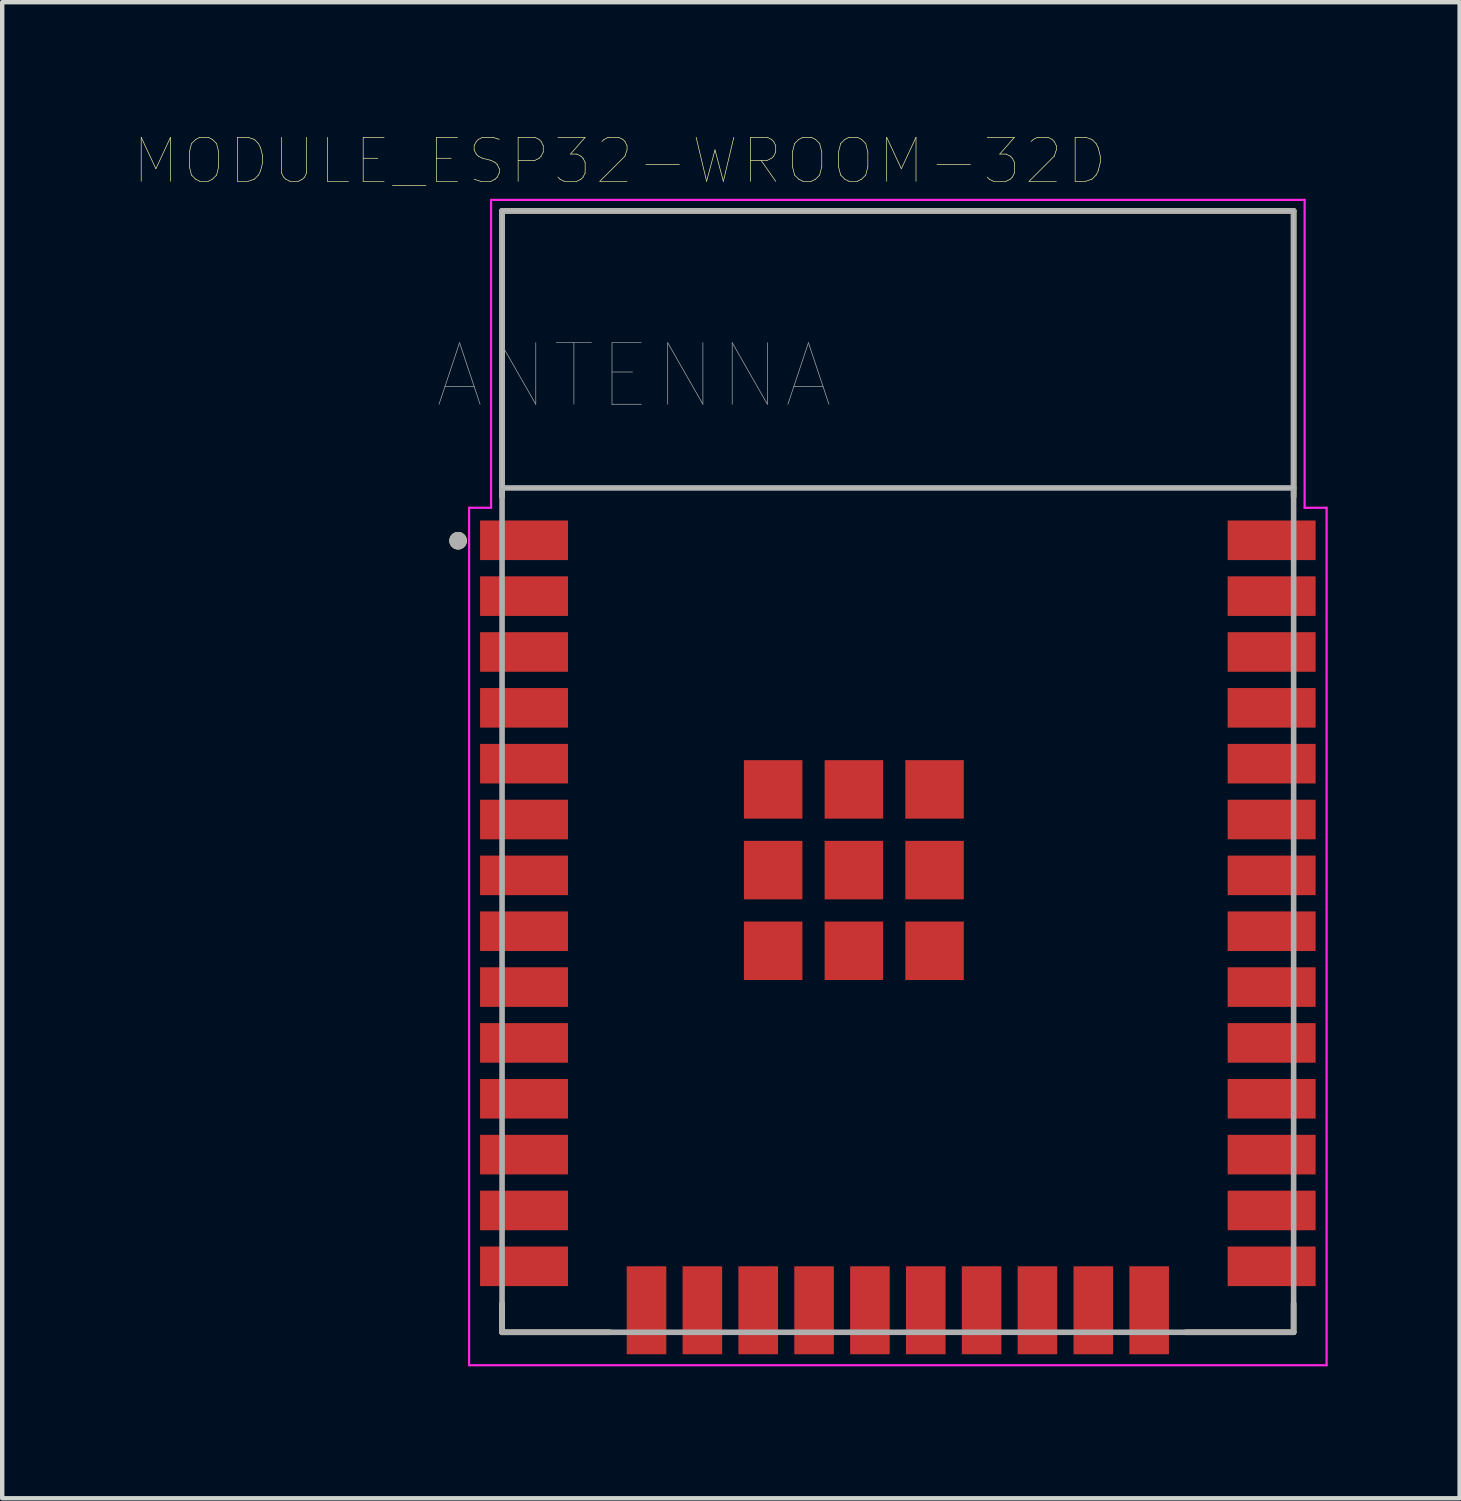
<source format=kicad_pcb>
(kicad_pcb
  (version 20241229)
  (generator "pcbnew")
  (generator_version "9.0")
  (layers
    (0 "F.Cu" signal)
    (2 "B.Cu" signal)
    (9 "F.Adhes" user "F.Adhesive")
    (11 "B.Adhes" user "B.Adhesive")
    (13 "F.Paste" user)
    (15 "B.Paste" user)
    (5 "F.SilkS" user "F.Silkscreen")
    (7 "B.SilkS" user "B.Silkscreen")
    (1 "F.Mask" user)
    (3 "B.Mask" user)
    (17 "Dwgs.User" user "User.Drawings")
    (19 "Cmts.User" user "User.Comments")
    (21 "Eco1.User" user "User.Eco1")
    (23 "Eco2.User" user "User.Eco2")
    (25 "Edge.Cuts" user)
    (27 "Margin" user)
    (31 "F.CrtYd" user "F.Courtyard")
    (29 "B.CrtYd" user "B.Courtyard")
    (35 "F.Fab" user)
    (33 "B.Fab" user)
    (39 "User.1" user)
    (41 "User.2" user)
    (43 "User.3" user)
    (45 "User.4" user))
  (footprint "MODULE_ESP32-WROOM-32D"
    (layer "F.Cu")
    (at 17.367 14.496)
    (property "Reference" "MODULE_ESP32-WROOM-32D" (at -6.325 -13.885 0) (layer "F.SilkS") (effects (font (size 1 1) (thickness 0.015))))
    (attr through_hole)
    (fp_line (start -9 -12.75) (end 9 -12.75) (stroke (width 0.127) (type solid)) (layer "F.SilkS"))
    (fp_line (start -9 -6.25) (end -9 -12.75) (stroke (width 0.127) (type solid)) (layer "F.SilkS"))
    (fp_line (start -9 12.1) (end -9 12.75) (stroke (width 0.127) (type solid)) (layer "F.SilkS"))
    (fp_line (start -9 12.75) (end -6.55 12.75) (stroke (width 0.127) (type solid)) (layer "F.SilkS"))
    (fp_line (start 6.55 12.75) (end 9 12.75) (stroke (width 0.127) (type solid)) (layer "F.SilkS"))
    (fp_line (start 9 -12.75) (end 9 -6.25) (stroke (width 0.127) (type solid)) (layer "F.SilkS"))
    (fp_line (start 9 12.75) (end 9 12.1) (stroke (width 0.127) (type solid)) (layer "F.SilkS"))
    (fp_circle (center -10 -5.25) (end -9.9 -5.25) (stroke (width 0.2) (type solid)) (fill no) (layer "F.SilkS"))
    (fp_poly (pts (xy -9 -12.75) (xy 9 -12.75) (xy 9 -6.45) (xy -9 -6.45)) (stroke (width 0.01) (type solid)) (fill no) (layer "Dwgs.User"))
    (fp_poly (pts (xy -9 -12.75) (xy 9 -12.75) (xy 9 -6.45) (xy -9 -6.45)) (stroke (width 0.01) (type solid)) (fill no) (layer "Dwgs.User"))
    (fp_line (start -9.75 -6) (end -9.25 -6) (stroke (width 0.05) (type solid)) (layer "F.CrtYd"))
    (fp_line (start -9.75 13.5) (end -9.75 -6) (stroke (width 0.05) (type solid)) (layer "F.CrtYd"))
    (fp_line (start -9.25 -13) (end 9.25 -13) (stroke (width 0.05) (type solid)) (layer "F.CrtYd"))
    (fp_line (start -9.25 -6) (end -9.25 -13) (stroke (width 0.05) (type solid)) (layer "F.CrtYd"))
    (fp_line (start 9.25 -13) (end 9.25 -6) (stroke (width 0.05) (type solid)) (layer "F.CrtYd"))
    (fp_line (start 9.25 -6) (end 9.75 -6) (stroke (width 0.05) (type solid)) (layer "F.CrtYd"))
    (fp_line (start 9.75 -6) (end 9.75 13.5) (stroke (width 0.05) (type solid)) (layer "F.CrtYd"))
    (fp_line (start 9.75 13.5) (end -9.75 13.5) (stroke (width 0.05) (type solid)) (layer "F.CrtYd"))
    (fp_line (start -9 -12.75) (end -9 -6.45) (stroke (width 0.127) (type solid)) (layer "F.Fab"))
    (fp_line (start -9 -12.75) (end 9 -12.75) (stroke (width 0.127) (type solid)) (layer "F.Fab"))
    (fp_line (start -9 -6.45) (end 9 -6.45) (stroke (width 0.127) (type solid)) (layer "F.Fab"))
    (fp_line (start -9 12.75) (end -9 -6.45) (stroke (width 0.127) (type solid)) (layer "F.Fab"))
    (fp_line (start 9 -12.75) (end 9 -6.45) (stroke (width 0.127) (type solid)) (layer "F.Fab"))
    (fp_line (start 9 -6.45) (end 9 12.75) (stroke (width 0.127) (type solid)) (layer "F.Fab"))
    (fp_line (start 9 12.75) (end -9 12.75) (stroke (width 0.127) (type solid)) (layer "F.Fab"))
    (fp_circle (center -10 -5.25) (end -9.9 -5.25) (stroke (width 0.2) (type solid)) (fill no) (layer "F.Fab"))
    (fp_text user "ANTENNA" (at -6 -9 0) (layer "F.Fab") (effects (font (size 1.4 1.4) (thickness 0.015))))
    (pad "1" smd rect (at -8.5 -5.26) (size 2 0.9) (layers "F.Cu" "F.Mask" "F.Paste"))
    (pad "2" smd rect (at -8.5 -3.99) (size 2 0.9) (layers "F.Cu" "F.Mask" "F.Paste"))
    (pad "3" smd rect (at -8.5 -2.72) (size 2 0.9) (layers "F.Cu" "F.Mask" "F.Paste"))
    (pad "4" smd rect (at -8.5 -1.45) (size 2 0.9) (layers "F.Cu" "F.Mask" "F.Paste"))
    (pad "5" smd rect (at -8.5 -0.18) (size 2 0.9) (layers "F.Cu" "F.Mask" "F.Paste"))
    (pad "6" smd rect (at -8.5 1.09) (size 2 0.9) (layers "F.Cu" "F.Mask" "F.Paste"))
    (pad "7" smd rect (at -8.5 2.36) (size 2 0.9) (layers "F.Cu" "F.Mask" "F.Paste"))
    (pad "8" smd rect (at -8.5 3.63) (size 2 0.9) (layers "F.Cu" "F.Mask" "F.Paste"))
    (pad "9" smd rect (at -8.5 4.9) (size 2 0.9) (layers "F.Cu" "F.Mask" "F.Paste"))
    (pad "10" smd rect (at -8.5 6.17) (size 2 0.9) (layers "F.Cu" "F.Mask" "F.Paste"))
    (pad "11" smd rect (at -8.5 7.44) (size 2 0.9) (layers "F.Cu" "F.Mask" "F.Paste"))
    (pad "12" smd rect (at -8.5 8.71) (size 2 0.9) (layers "F.Cu" "F.Mask" "F.Paste"))
    (pad "13" smd rect (at -8.5 9.98) (size 2 0.9) (layers "F.Cu" "F.Mask" "F.Paste"))
    (pad "14" smd rect (at -8.5 11.25) (size 2 0.9) (layers "F.Cu" "F.Mask" "F.Paste"))
    (pad "15" smd rect (at -5.715 12.25) (size 0.9 2) (layers "F.Cu" "F.Mask" "F.Paste"))
    (pad "16" smd rect (at -4.445 12.25) (size 0.9 2) (layers "F.Cu" "F.Mask" "F.Paste"))
    (pad "17" smd rect (at -3.175 12.25) (size 0.9 2) (layers "F.Cu" "F.Mask" "F.Paste"))
    (pad "18" smd rect (at -1.905 12.25) (size 0.9 2) (layers "F.Cu" "F.Mask" "F.Paste"))
    (pad "19" smd rect (at -0.635 12.25) (size 0.9 2) (layers "F.Cu" "F.Mask" "F.Paste"))
    (pad "20" smd rect (at 0.635 12.25) (size 0.9 2) (layers "F.Cu" "F.Mask" "F.Paste"))
    (pad "21" smd rect (at 1.905 12.25) (size 0.9 2) (layers "F.Cu" "F.Mask" "F.Paste"))
    (pad "22" smd rect (at 3.175 12.25) (size 0.9 2) (layers "F.Cu" "F.Mask" "F.Paste"))
    (pad "23" smd rect (at 4.445 12.25) (size 0.9 2) (layers "F.Cu" "F.Mask" "F.Paste"))
    (pad "24" smd rect (at 5.715 12.25) (size 0.9 2) (layers "F.Cu" "F.Mask" "F.Paste"))
    (pad "25" smd rect (at 8.5 11.25) (size 2 0.9) (layers "F.Cu" "F.Mask" "F.Paste"))
    (pad "26" smd rect (at 8.5 9.98) (size 2 0.9) (layers "F.Cu" "F.Mask" "F.Paste"))
    (pad "27" smd rect (at 8.5 8.71) (size 2 0.9) (layers "F.Cu" "F.Mask" "F.Paste"))
    (pad "28" smd rect (at 8.5 7.44) (size 2 0.9) (layers "F.Cu" "F.Mask" "F.Paste"))
    (pad "29" smd rect (at 8.5 6.17) (size 2 0.9) (layers "F.Cu" "F.Mask" "F.Paste"))
    (pad "30" smd rect (at 8.5 4.9) (size 2 0.9) (layers "F.Cu" "F.Mask" "F.Paste"))
    (pad "31" smd rect (at 8.5 3.63) (size 2 0.9) (layers "F.Cu" "F.Mask" "F.Paste"))
    (pad "32" smd rect (at 8.5 2.36) (size 2 0.9) (layers "F.Cu" "F.Mask" "F.Paste"))
    (pad "33" smd rect (at 8.5 1.09) (size 2 0.9) (layers "F.Cu" "F.Mask" "F.Paste"))
    (pad "34" smd rect (at 8.5 -0.18) (size 2 0.9) (layers "F.Cu" "F.Mask" "F.Paste"))
    (pad "35" smd rect (at 8.5 -1.45) (size 2 0.9) (layers "F.Cu" "F.Mask" "F.Paste"))
    (pad "36" smd rect (at 8.5 -2.72) (size 2 0.9) (layers "F.Cu" "F.Mask" "F.Paste"))
    (pad "37" smd rect (at 8.5 -3.99) (size 2 0.9) (layers "F.Cu" "F.Mask" "F.Paste"))
    (pad "38" smd rect (at 8.5 -5.26) (size 2 0.9) (layers "F.Cu" "F.Mask" "F.Paste"))
    (pad "39_1" smd rect (at -2.835 0.405) (size 1.33 1.33) (layers "F.Cu" "F.Mask" "F.Paste"))
    (pad "39_2" smd rect (at -1 0.405) (size 1.33 1.33) (layers "F.Cu" "F.Mask" "F.Paste"))
    (pad "39_3" smd rect (at 0.835 0.405) (size 1.33 1.33) (layers "F.Cu" "F.Mask" "F.Paste"))
    (pad "39_4" smd rect (at -2.835 2.24) (size 1.33 1.33) (layers "F.Cu" "F.Mask" "F.Paste"))
    (pad "39_5" smd rect (at -1 2.24) (size 1.33 1.33) (layers "F.Cu" "F.Mask" "F.Paste"))
    (pad "39_6" smd rect (at 0.835 2.24) (size 1.33 1.33) (layers "F.Cu" "F.Mask" "F.Paste"))
    (pad "39_7" smd rect (at -2.835 4.075) (size 1.33 1.33) (layers "F.Cu" "F.Mask" "F.Paste"))
    (pad "39_8" smd rect (at -1 4.075) (size 1.33 1.33) (layers "F.Cu" "F.Mask" "F.Paste"))
    (pad "39_9" smd rect (at 0.835 4.075) (size 1.33 1.33) (layers "F.Cu" "F.Mask" "F.Paste")))
  (gr_rect
    (start -3 -3)
    (end 30.142 31.021)
    (stroke (width 0.1) (type default))
    (fill no)
    (layer "Edge.Cuts")))
</source>
